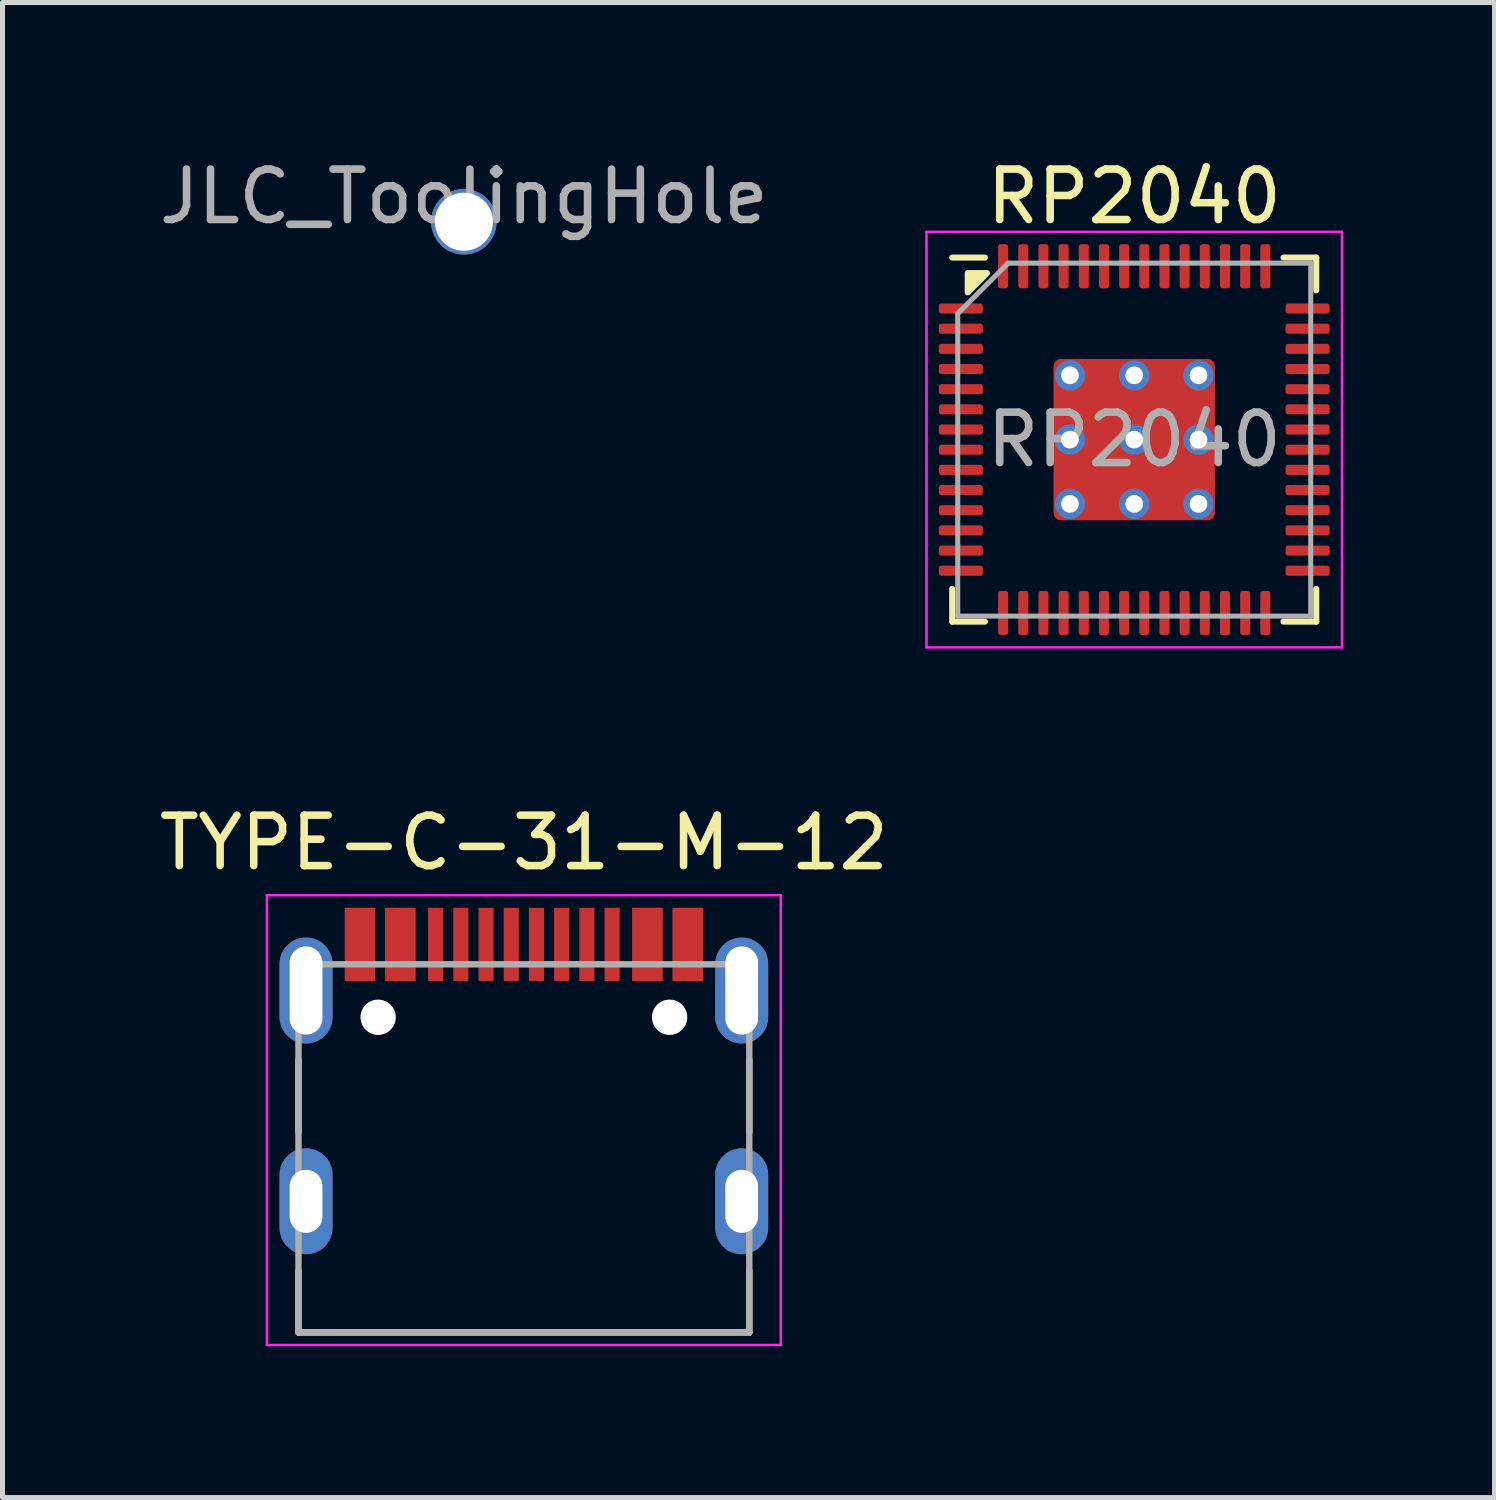
<source format=kicad_pcb>
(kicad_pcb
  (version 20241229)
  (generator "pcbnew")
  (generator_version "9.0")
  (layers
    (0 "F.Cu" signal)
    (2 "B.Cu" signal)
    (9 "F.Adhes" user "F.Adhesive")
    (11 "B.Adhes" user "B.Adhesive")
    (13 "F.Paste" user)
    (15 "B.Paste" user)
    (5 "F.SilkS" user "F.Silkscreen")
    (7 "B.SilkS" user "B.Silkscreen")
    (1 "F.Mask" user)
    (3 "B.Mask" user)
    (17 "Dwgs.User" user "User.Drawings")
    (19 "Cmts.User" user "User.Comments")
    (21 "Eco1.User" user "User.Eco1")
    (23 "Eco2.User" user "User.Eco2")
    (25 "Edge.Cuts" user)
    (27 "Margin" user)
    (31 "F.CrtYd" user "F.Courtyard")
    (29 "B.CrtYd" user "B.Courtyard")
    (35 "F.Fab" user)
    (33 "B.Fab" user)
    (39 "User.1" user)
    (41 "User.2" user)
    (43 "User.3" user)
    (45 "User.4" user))
  (footprint "RP2040"
    (layer "F.Cu")
    (at 19.443 5.668)
    (property "Reference" "RP2040" (at 0 -4.82 0) (layer "F.SilkS") (effects (font (size 1 1) (thickness 0.15))))
    (attr smd)
    (fp_line (start -3.61 3.61) (end -3.61 2.96) (stroke (width 0.12) (type solid)) (layer "F.SilkS"))
    (fp_line (start -2.96 -3.61) (end -3.61 -3.61) (stroke (width 0.12) (type solid)) (layer "F.SilkS"))
    (fp_line (start -2.96 3.61) (end -3.61 3.61) (stroke (width 0.12) (type solid)) (layer "F.SilkS"))
    (fp_line (start 2.96 -3.61) (end 3.61 -3.61) (stroke (width 0.12) (type solid)) (layer "F.SilkS"))
    (fp_line (start 2.96 3.61) (end 3.61 3.61) (stroke (width 0.12) (type solid)) (layer "F.SilkS"))
    (fp_line (start 3.61 -3.61) (end 3.61 -2.96) (stroke (width 0.12) (type solid)) (layer "F.SilkS"))
    (fp_line (start 3.61 3.61) (end 3.61 2.96) (stroke (width 0.12) (type solid)) (layer "F.SilkS"))
    (fp_poly (pts (xy -3.302 -2.921) (xy -3.302 -3.302) (xy -2.921 -3.302)) (stroke (width 0.12) (type solid)) (fill yes) (layer "F.SilkS"))
    (fp_line (start -4.12 -4.12) (end -4.12 4.12) (stroke (width 0.05) (type solid)) (layer "F.CrtYd"))
    (fp_line (start -4.12 4.12) (end 4.12 4.12) (stroke (width 0.05) (type solid)) (layer "F.CrtYd"))
    (fp_line (start 4.12 -4.12) (end -4.12 -4.12) (stroke (width 0.05) (type solid)) (layer "F.CrtYd"))
    (fp_line (start 4.12 4.12) (end 4.12 -4.12) (stroke (width 0.05) (type solid)) (layer "F.CrtYd"))
    (fp_line (start -3.5 -2.5) (end -2.5 -3.5) (stroke (width 0.1) (type solid)) (layer "F.Fab"))
    (fp_line (start -3.5 3.5) (end -3.5 -2.5) (stroke (width 0.1) (type solid)) (layer "F.Fab"))
    (fp_line (start -2.5 -3.5) (end 3.5 -3.5) (stroke (width 0.1) (type solid)) (layer "F.Fab"))
    (fp_line (start 3.5 -3.5) (end 3.5 3.5) (stroke (width 0.1) (type solid)) (layer "F.Fab"))
    (fp_line (start 3.5 3.5) (end -3.5 3.5) (stroke (width 0.1) (type solid)) (layer "F.Fab"))
    (fp_text user "${REFERENCE}" (at 0 0 0) (layer "F.Fab") (effects (font (size 1 1) (thickness 0.15))))
    (pad "" smd roundrect (at -0.637 -0.637) (size 1.084 1.084) (layers "F.Paste") (roundrect_rratio 0.231))
    (pad "" smd roundrect (at -0.637 0.637) (size 1.084 1.084) (layers "F.Paste") (roundrect_rratio 0.231))
    (pad "" smd roundrect (at 0.637 -0.637) (size 1.084 1.084) (layers "F.Paste") (roundrect_rratio 0.231))
    (pad "" smd roundrect (at 0.637 0.637) (size 1.084 1.084) (layers "F.Paste") (roundrect_rratio 0.231))
    (pad "1" smd roundrect (at -3.438 -2.6) (size 0.875 0.2) (layers "F.Cu" "F.Mask" "F.Paste") (roundrect_rratio 0.25))
    (pad "2" smd roundrect (at -3.438 -2.2) (size 0.875 0.2) (layers "F.Cu" "F.Mask" "F.Paste") (roundrect_rratio 0.25))
    (pad "3" smd roundrect (at -3.438 -1.8) (size 0.875 0.2) (layers "F.Cu" "F.Mask" "F.Paste") (roundrect_rratio 0.25))
    (pad "4" smd roundrect (at -3.438 -1.4) (size 0.875 0.2) (layers "F.Cu" "F.Mask" "F.Paste") (roundrect_rratio 0.25))
    (pad "5" smd roundrect (at -3.438 -1) (size 0.875 0.2) (layers "F.Cu" "F.Mask" "F.Paste") (roundrect_rratio 0.25))
    (pad "6" smd roundrect (at -3.438 -0.6) (size 0.875 0.2) (layers "F.Cu" "F.Mask" "F.Paste") (roundrect_rratio 0.25))
    (pad "7" smd roundrect (at -3.438 -0.2) (size 0.875 0.2) (layers "F.Cu" "F.Mask" "F.Paste") (roundrect_rratio 0.25))
    (pad "8" smd roundrect (at -3.438 0.2) (size 0.875 0.2) (layers "F.Cu" "F.Mask" "F.Paste") (roundrect_rratio 0.25))
    (pad "9" smd roundrect (at -3.438 0.6) (size 0.875 0.2) (layers "F.Cu" "F.Mask" "F.Paste") (roundrect_rratio 0.25))
    (pad "10" smd roundrect (at -3.438 1) (size 0.875 0.2) (layers "F.Cu" "F.Mask" "F.Paste") (roundrect_rratio 0.25))
    (pad "11" smd roundrect (at -3.438 1.4) (size 0.875 0.2) (layers "F.Cu" "F.Mask" "F.Paste") (roundrect_rratio 0.25))
    (pad "12" smd roundrect (at -3.438 1.8) (size 0.875 0.2) (layers "F.Cu" "F.Mask" "F.Paste") (roundrect_rratio 0.25))
    (pad "13" smd roundrect (at -3.438 2.2) (size 0.875 0.2) (layers "F.Cu" "F.Mask" "F.Paste") (roundrect_rratio 0.25))
    (pad "14" smd roundrect (at -3.438 2.6) (size 0.875 0.2) (layers "F.Cu" "F.Mask" "F.Paste") (roundrect_rratio 0.25))
    (pad "15" smd roundrect (at -2.6 3.438) (size 0.2 0.875) (layers "F.Cu" "F.Mask" "F.Paste") (roundrect_rratio 0.25))
    (pad "16" smd roundrect (at -2.2 3.438) (size 0.2 0.875) (layers "F.Cu" "F.Mask" "F.Paste") (roundrect_rratio 0.25))
    (pad "17" smd roundrect (at -1.8 3.438) (size 0.2 0.875) (layers "F.Cu" "F.Mask" "F.Paste") (roundrect_rratio 0.25))
    (pad "18" smd roundrect (at -1.4 3.438) (size 0.2 0.875) (layers "F.Cu" "F.Mask" "F.Paste") (roundrect_rratio 0.25))
    (pad "19" smd roundrect (at -1 3.438) (size 0.2 0.875) (layers "F.Cu" "F.Mask" "F.Paste") (roundrect_rratio 0.25))
    (pad "20" smd roundrect (at -0.6 3.438) (size 0.2 0.875) (layers "F.Cu" "F.Mask" "F.Paste") (roundrect_rratio 0.25))
    (pad "21" smd roundrect (at -0.2 3.438) (size 0.2 0.875) (layers "F.Cu" "F.Mask" "F.Paste") (roundrect_rratio 0.25))
    (pad "22" smd roundrect (at 0.2 3.438) (size 0.2 0.875) (layers "F.Cu" "F.Mask" "F.Paste") (roundrect_rratio 0.25))
    (pad "23" smd roundrect (at 0.6 3.438) (size 0.2 0.875) (layers "F.Cu" "F.Mask" "F.Paste") (roundrect_rratio 0.25))
    (pad "24" smd roundrect (at 1 3.438) (size 0.2 0.875) (layers "F.Cu" "F.Mask" "F.Paste") (roundrect_rratio 0.25))
    (pad "25" smd roundrect (at 1.4 3.438) (size 0.2 0.875) (layers "F.Cu" "F.Mask" "F.Paste") (roundrect_rratio 0.25))
    (pad "26" smd roundrect (at 1.8 3.438) (size 0.2 0.875) (layers "F.Cu" "F.Mask" "F.Paste") (roundrect_rratio 0.25))
    (pad "27" smd roundrect (at 2.2 3.438) (size 0.2 0.875) (layers "F.Cu" "F.Mask" "F.Paste") (roundrect_rratio 0.25))
    (pad "28" smd roundrect (at 2.6 3.438) (size 0.2 0.875) (layers "F.Cu" "F.Mask" "F.Paste") (roundrect_rratio 0.25))
    (pad "29" smd roundrect (at 3.438 2.6) (size 0.875 0.2) (layers "F.Cu" "F.Mask" "F.Paste") (roundrect_rratio 0.25))
    (pad "30" smd roundrect (at 3.438 2.2) (size 0.875 0.2) (layers "F.Cu" "F.Mask" "F.Paste") (roundrect_rratio 0.25))
    (pad "31" smd roundrect (at 3.438 1.8) (size 0.875 0.2) (layers "F.Cu" "F.Mask" "F.Paste") (roundrect_rratio 0.25))
    (pad "32" smd roundrect (at 3.438 1.4) (size 0.875 0.2) (layers "F.Cu" "F.Mask" "F.Paste") (roundrect_rratio 0.25))
    (pad "33" smd roundrect (at 3.438 1) (size 0.875 0.2) (layers "F.Cu" "F.Mask" "F.Paste") (roundrect_rratio 0.25))
    (pad "34" smd roundrect (at 3.438 0.6) (size 0.875 0.2) (layers "F.Cu" "F.Mask" "F.Paste") (roundrect_rratio 0.25))
    (pad "35" smd roundrect (at 3.438 0.2) (size 0.875 0.2) (layers "F.Cu" "F.Mask" "F.Paste") (roundrect_rratio 0.25))
    (pad "36" smd roundrect (at 3.438 -0.2) (size 0.875 0.2) (layers "F.Cu" "F.Mask" "F.Paste") (roundrect_rratio 0.25))
    (pad "37" smd roundrect (at 3.438 -0.6) (size 0.875 0.2) (layers "F.Cu" "F.Mask" "F.Paste") (roundrect_rratio 0.25))
    (pad "38" smd roundrect (at 3.438 -1) (size 0.875 0.2) (layers "F.Cu" "F.Mask" "F.Paste") (roundrect_rratio 0.25))
    (pad "39" smd roundrect (at 3.438 -1.4) (size 0.875 0.2) (layers "F.Cu" "F.Mask" "F.Paste") (roundrect_rratio 0.25))
    (pad "40" smd roundrect (at 3.438 -1.8) (size 0.875 0.2) (layers "F.Cu" "F.Mask" "F.Paste") (roundrect_rratio 0.25))
    (pad "41" smd roundrect (at 3.438 -2.2) (size 0.875 0.2) (layers "F.Cu" "F.Mask" "F.Paste") (roundrect_rratio 0.25))
    (pad "42" smd roundrect (at 3.438 -2.6) (size 0.875 0.2) (layers "F.Cu" "F.Mask" "F.Paste") (roundrect_rratio 0.25))
    (pad "43" smd roundrect (at 2.6 -3.438) (size 0.2 0.875) (layers "F.Cu" "F.Mask" "F.Paste") (roundrect_rratio 0.25))
    (pad "44" smd roundrect (at 2.2 -3.438) (size 0.2 0.875) (layers "F.Cu" "F.Mask" "F.Paste") (roundrect_rratio 0.25))
    (pad "45" smd roundrect (at 1.8 -3.438) (size 0.2 0.875) (layers "F.Cu" "F.Mask" "F.Paste") (roundrect_rratio 0.25))
    (pad "46" smd roundrect (at 1.4 -3.438) (size 0.2 0.875) (layers "F.Cu" "F.Mask" "F.Paste") (roundrect_rratio 0.25))
    (pad "47" smd roundrect (at 1 -3.438) (size 0.2 0.875) (layers "F.Cu" "F.Mask" "F.Paste") (roundrect_rratio 0.25))
    (pad "48" smd roundrect (at 0.6 -3.438) (size 0.2 0.875) (layers "F.Cu" "F.Mask" "F.Paste") (roundrect_rratio 0.25))
    (pad "49" smd roundrect (at 0.2 -3.438) (size 0.2 0.875) (layers "F.Cu" "F.Mask" "F.Paste") (roundrect_rratio 0.25))
    (pad "50" smd roundrect (at -0.2 -3.438) (size 0.2 0.875) (layers "F.Cu" "F.Mask" "F.Paste") (roundrect_rratio 0.25))
    (pad "51" smd roundrect (at -0.6 -3.438) (size 0.2 0.875) (layers "F.Cu" "F.Mask" "F.Paste") (roundrect_rratio 0.25))
    (pad "52" smd roundrect (at -1 -3.438) (size 0.2 0.875) (layers "F.Cu" "F.Mask" "F.Paste") (roundrect_rratio 0.25))
    (pad "53" smd roundrect (at -1.4 -3.438) (size 0.2 0.875) (layers "F.Cu" "F.Mask" "F.Paste") (roundrect_rratio 0.25))
    (pad "54" smd roundrect (at -1.8 -3.438) (size 0.2 0.875) (layers "F.Cu" "F.Mask" "F.Paste") (roundrect_rratio 0.25))
    (pad "55" smd roundrect (at -2.2 -3.438) (size 0.2 0.875) (layers "F.Cu" "F.Mask" "F.Paste") (roundrect_rratio 0.25))
    (pad "56" smd roundrect (at -2.6 -3.438) (size 0.2 0.875) (layers "F.Cu" "F.Mask" "F.Paste") (roundrect_rratio 0.25))
    (pad "57" thru_hole circle (at -1.275 -1.275) (size 0.6 0.6) (drill 0.35) (layers "*.Cu"))
    (pad "57" thru_hole circle (at -1.275 0) (size 0.6 0.6) (drill 0.35) (layers "*.Cu"))
    (pad "57" thru_hole circle (at -1.275 1.275) (size 0.6 0.6) (drill 0.35) (layers "*.Cu"))
    (pad "57" thru_hole circle (at 0 -1.275) (size 0.6 0.6) (drill 0.35) (layers "*.Cu"))
    (pad "57" thru_hole circle (at 0 0) (size 0.6 0.6) (drill 0.35) (layers "*.Cu"))
    (pad "57" smd roundrect (at 0 0) (size 3.2 3.2) (layers "F.Cu" "F.Mask") (roundrect_rratio 0.045))
    (pad "57" thru_hole circle (at 0 1.275) (size 0.6 0.6) (drill 0.35) (layers "*.Cu"))
    (pad "57" thru_hole circle (at 1.275 -1.275) (size 0.6 0.6) (drill 0.35) (layers "*.Cu"))
    (pad "57" thru_hole circle (at 1.275 0) (size 0.6 0.6) (drill 0.35) (layers "*.Cu"))
    (pad "57" thru_hole circle (at 1.275 1.275) (size 0.6 0.6) (drill 0.35) (layers "*.Cu")))
  (footprint "JLC_ToolingHole"
    (layer "F.Cu")
    (at 6.149 1.348)
    (property "Reference" "JLC_ToolingHole" (at 0 -0.5 0) (unlocked yes) (layer "F.Fab") (effects (font (size 1 1) (thickness 0.15))))
    (attr through_hole)
    (pad "" np_thru_hole circle (at 0 0) (size 1.3 1.3) (drill 1.152) (layers "*.Cu" "*.Mask")))
  (footprint "TYPE-C-31-M-12"
    (layer "F.Cu")
    (at 7.339 20.773)
    (property "Reference" "TYPE-C-31-M-12" (at 0 -7.112 0) (layer "F.SilkS") (effects (font (size 1 1) (thickness 0.15))))
    (attr through_hole)
    (fp_line (start -4.47 -2.81) (end -4.47 -1.37) (stroke (width 0.127) (type solid)) (layer "F.SilkS"))
    (fp_line (start -4.47 2.6) (end -4.47 1.37) (stroke (width 0.127) (type solid)) (layer "F.SilkS"))
    (fp_line (start 4.47 -2.81) (end 4.47 -1.37) (stroke (width 0.127) (type solid)) (layer "F.SilkS"))
    (fp_line (start 4.47 1.37) (end 4.47 2.6) (stroke (width 0.127) (type solid)) (layer "F.SilkS"))
    (fp_line (start 4.47 2.6) (end -4.47 2.6) (stroke (width 0.127) (type solid)) (layer "F.SilkS"))
    (fp_line (start -5.095 -6.07) (end -5.095 2.85) (stroke (width 0.05) (type solid)) (layer "F.CrtYd"))
    (fp_line (start -5.095 2.85) (end 5.095 2.85) (stroke (width 0.05) (type solid)) (layer "F.CrtYd"))
    (fp_line (start 5.095 -6.07) (end -5.095 -6.07) (stroke (width 0.05) (type solid)) (layer "F.CrtYd"))
    (fp_line (start 5.095 2.85) (end 5.095 -6.07) (stroke (width 0.05) (type solid)) (layer "F.CrtYd"))
    (fp_line (start -4.47 -4.7) (end -4.47 2.6) (stroke (width 0.127) (type solid)) (layer "F.Fab"))
    (fp_line (start -4.47 2.6) (end 4.47 2.6) (stroke (width 0.127) (type solid)) (layer "F.Fab"))
    (fp_line (start 4.47 -4.7) (end -4.47 -4.7) (stroke (width 0.127) (type solid)) (layer "F.Fab"))
    (fp_line (start 4.47 2.6) (end 4.47 -4.7) (stroke (width 0.127) (type solid)) (layer "F.Fab"))
    (pad "" np_thru_hole circle (at -2.89 -3.65) (size 0.7 0.7) (drill 0.7) (layers "*.Cu" "*.Mask"))
    (pad "" np_thru_hole circle (at 2.89 -3.65) (size 0.7 0.7) (drill 0.7) (layers "*.Cu" "*.Mask"))
    (pad "A1" smd rect (at -3.25 -5.095) (size 0.6 1.45) (layers "F.Cu" "F.Mask" "F.Paste"))
    (pad "A4" smd rect (at -2.45 -5.095) (size 0.6 1.45) (layers "F.Cu" "F.Mask" "F.Paste"))
    (pad "A5" smd rect (at -1.25 -5.095) (size 0.3 1.45) (layers "F.Cu" "F.Mask" "F.Paste"))
    (pad "A6" smd rect (at -0.25 -5.095) (size 0.3 1.45) (layers "F.Cu" "F.Mask" "F.Paste"))
    (pad "A7" smd rect (at 0.25 -5.095) (size 0.3 1.45) (layers "F.Cu" "F.Mask" "F.Paste"))
    (pad "A8" smd rect (at 1.25 -5.095) (size 0.3 1.45) (layers "F.Cu" "F.Mask" "F.Paste"))
    (pad "A9" smd rect (at 2.45 -5.095) (size 0.6 1.45) (layers "F.Cu" "F.Mask" "F.Paste"))
    (pad "A12" smd rect (at 3.25 -5.095) (size 0.6 1.45) (layers "F.Cu" "F.Mask" "F.Paste"))
    (pad "B1" smd rect (at 3.25 -5.095) (size 0.6 1.45) (layers "F.Cu" "F.Mask" "F.Paste"))
    (pad "B4" smd rect (at 2.45 -5.095) (size 0.6 1.45) (layers "F.Cu" "F.Mask" "F.Paste"))
    (pad "B5" smd rect (at 1.75 -5.095) (size 0.3 1.45) (layers "F.Cu" "F.Mask" "F.Paste"))
    (pad "B6" smd rect (at 0.75 -5.095) (size 0.3 1.45) (layers "F.Cu" "F.Mask" "F.Paste"))
    (pad "B7" smd rect (at -0.75 -5.095) (size 0.3 1.45) (layers "F.Cu" "F.Mask" "F.Paste"))
    (pad "B8" smd rect (at -1.75 -5.095) (size 0.3 1.45) (layers "F.Cu" "F.Mask" "F.Paste"))
    (pad "B9" smd rect (at -2.45 -5.095) (size 0.6 1.45) (layers "F.Cu" "F.Mask" "F.Paste"))
    (pad "B12" smd rect (at -3.25 -5.095) (size 0.6 1.45) (layers "F.Cu" "F.Mask" "F.Paste"))
    (pad "S1" thru_hole oval (at -4.32 -4.18) (size 1.05 2.1) (drill oval 0.65 1.75) (layers "*.Cu" "*.Mask"))
    (pad "S1" thru_hole oval (at -4.32 0) (size 1.05 2.1) (drill oval 0.65 1.25) (layers "*.Cu" "*.Mask"))
    (pad "S1" thru_hole oval (at 4.32 -4.18) (size 1.05 2.1) (drill oval 0.65 1.75) (layers "*.Cu" "*.Mask"))
    (pad "S1" thru_hole oval (at 4.32 0) (size 1.05 2.1) (drill oval 0.65 1.25) (layers "*.Cu" "*.Mask")))
  (gr_rect
    (start -3 -3)
    (end 26.588 26.648)
    (stroke (width 0.1) (type default))
    (fill no)
    (layer "Edge.Cuts")))
</source>
